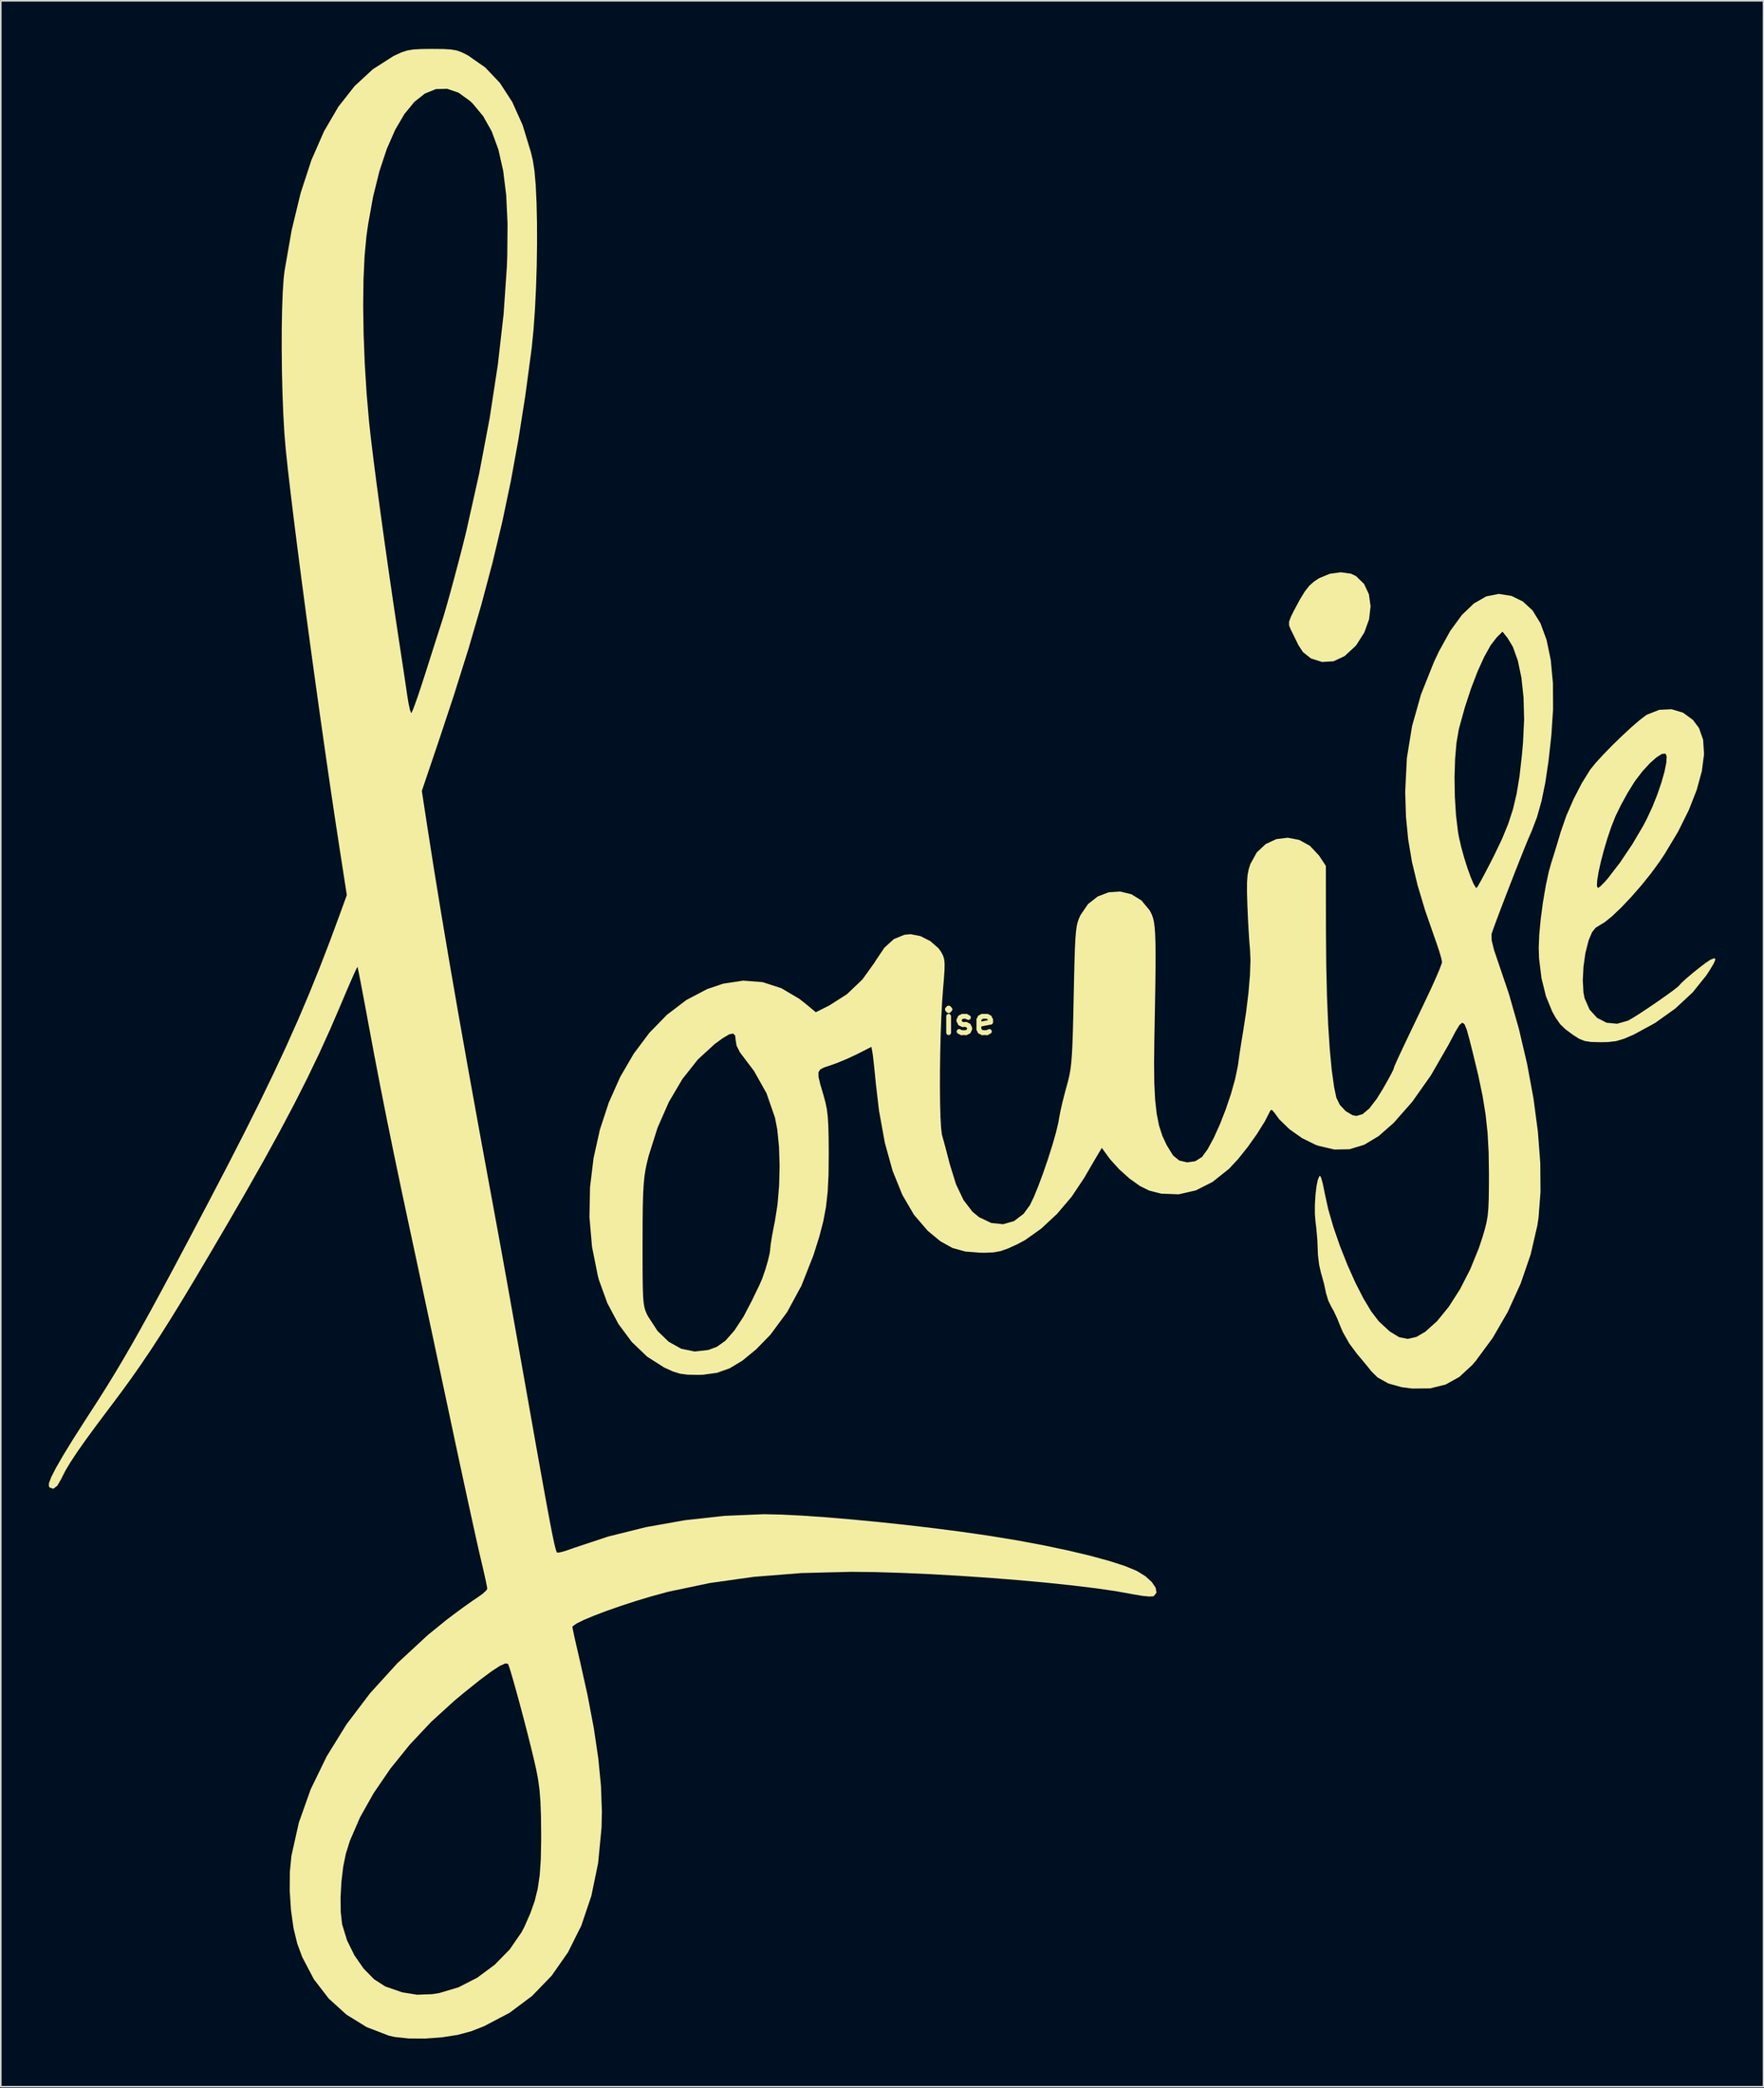
<source format=kicad_pcb>
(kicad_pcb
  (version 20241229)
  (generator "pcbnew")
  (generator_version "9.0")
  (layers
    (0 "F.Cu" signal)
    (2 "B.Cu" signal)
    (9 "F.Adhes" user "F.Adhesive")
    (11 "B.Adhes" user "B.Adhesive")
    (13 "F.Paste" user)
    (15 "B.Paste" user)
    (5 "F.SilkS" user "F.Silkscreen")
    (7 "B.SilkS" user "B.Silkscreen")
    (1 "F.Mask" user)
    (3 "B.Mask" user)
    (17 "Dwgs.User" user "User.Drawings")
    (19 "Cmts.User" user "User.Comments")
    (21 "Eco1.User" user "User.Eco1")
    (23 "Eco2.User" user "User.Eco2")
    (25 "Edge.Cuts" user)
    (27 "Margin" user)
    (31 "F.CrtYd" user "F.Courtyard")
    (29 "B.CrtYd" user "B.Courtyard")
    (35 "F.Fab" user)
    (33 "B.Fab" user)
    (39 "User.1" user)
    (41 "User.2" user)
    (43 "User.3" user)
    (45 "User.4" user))
  (footprint "louise"
    (layer "F.Cu")
    (at 55.615 60.63)
    (property "Reference" "louise" (at 0 0 0) (layer "F.SilkS") (effects (font (size 1.524 1.524) (thickness 0.3))))
    (attr board_only exclude_from_pos_files exclude_from_bom)
    (fp_poly (pts (xy 25.604 -27.918) (xy 25.916 -27.772) (xy 26.42 -27.282) (xy 26.724 -26.636) (xy 26.828 -25.884) (xy 26.734 -25.076) (xy 26.441 -24.261) (xy 25.951 -23.49) (xy 25.867 -23.389) (xy 25.21 -22.784) (xy 24.518 -22.459) (xy 23.8 -22.416) (xy 23.104 -22.638) (xy 22.606 -23.035) (xy 22.327 -23.463) (xy 22.101 -23.927) (xy 21.889 -24.357) (xy 21.848 -24.438) (xy 21.745 -24.688) (xy 21.742 -24.921) (xy 21.855 -25.23) (xy 22.031 -25.586) (xy 22.413 -26.3) (xy 22.723 -26.808) (xy 23.005 -27.167) (xy 23.303 -27.433) (xy 23.616 -27.638) (xy 24.28 -27.912) (xy 24.973 -28.007)) (stroke (width 0) (type solid)) (fill yes) (layer "F.SilkS"))
    (fp_poly (pts (xy 46.32 -19.255) (xy 46.937 -18.801) (xy 47.315 -18.294) (xy 47.571 -17.565) (xy 47.628 -16.664) (xy 47.492 -15.615) (xy 47.172 -14.445) (xy 46.675 -13.178) (xy 46.009 -11.84) (xy 45.18 -10.457) (xy 44.865 -9.984) (xy 44.331 -9.251) (xy 43.725 -8.498) (xy 43.089 -7.77) (xy 42.465 -7.112) (xy 41.895 -6.569) (xy 41.423 -6.188) (xy 41.195 -6.051) (xy 40.868 -5.852) (xy 40.643 -5.571) (xy 40.45 -5.115) (xy 40.418 -5.022) (xy 40.228 -4.273) (xy 40.107 -3.42) (xy 40.064 -2.566) (xy 40.105 -1.817) (xy 40.172 -1.465) (xy 40.485 -0.751) (xy 40.958 -0.23) (xy 41.546 0.073) (xy 42.206 0.137) (xy 42.89 -0.061) (xy 42.919 -0.076) (xy 43.23 -0.256) (xy 43.675 -0.538) (xy 44.2 -0.886) (xy 44.749 -1.261) (xy 45.268 -1.625) (xy 45.701 -1.94) (xy 45.994 -2.169) (xy 46.089 -2.264) (xy 46.23 -2.422) (xy 46.532 -2.696) (xy 46.929 -3.032) (xy 47.354 -3.372) (xy 47.737 -3.662) (xy 48.012 -3.846) (xy 48.038 -3.86) (xy 48.266 -3.949) (xy 48.337 -3.885) (xy 48.247 -3.647) (xy 47.99 -3.215) (xy 47.773 -2.883) (xy 46.917 -1.818) (xy 45.834 -0.813) (xy 44.579 0.084) (xy 43.24 0.813) (xy 42.633 1.073) (xy 42.138 1.219) (xy 41.621 1.279) (xy 41.159 1.287) (xy 40.577 1.271) (xy 40.172 1.208) (xy 39.834 1.071) (xy 39.464 0.836) (xy 38.98 0.479) (xy 38.649 0.157) (xy 38.374 -0.238) (xy 38.157 -0.626) (xy 37.768 -1.572) (xy 37.488 -2.704) (xy 37.337 -3.937) (xy 37.316 -4.592) (xy 37.349 -5.42) (xy 37.441 -6.398) (xy 37.579 -7.435) (xy 37.75 -8.442) (xy 37.752 -8.455) (xy 40.945 -8.455) (xy 41.008 -8.323) (xy 41.01 -8.323) (xy 41.158 -8.425) (xy 41.418 -8.687) (xy 41.634 -8.933) (xy 42.393 -9.921) (xy 43.152 -11.05) (xy 43.824 -12.188) (xy 44.058 -12.634) (xy 44.404 -13.379) (xy 44.713 -14.152) (xy 44.97 -14.903) (xy 45.163 -15.584) (xy 45.276 -16.145) (xy 45.296 -16.537) (xy 45.226 -16.704) (xy 45.002 -16.685) (xy 44.66 -16.47) (xy 44.243 -16.099) (xy 43.796 -15.612) (xy 43.363 -15.05) (xy 43.274 -14.921) (xy 42.864 -14.26) (xy 42.449 -13.508) (xy 42.113 -12.819) (xy 42.09 -12.766) (xy 41.842 -12.137) (xy 41.602 -11.428) (xy 41.382 -10.691) (xy 41.194 -9.976) (xy 41.05 -9.331) (xy 40.964 -8.808) (xy 40.945 -8.455) (xy 37.752 -8.455) (xy 37.939 -9.326) (xy 38.101 -9.902) (xy 38.24 -10.339) (xy 38.426 -10.945) (xy 38.626 -11.61) (xy 38.693 -11.839) (xy 39.033 -12.816) (xy 39.487 -13.86) (xy 39.999 -14.854) (xy 40.515 -15.684) (xy 40.528 -15.704) (xy 40.854 -16.108) (xy 41.328 -16.627) (xy 41.894 -17.207) (xy 42.499 -17.796) (xy 43.088 -18.341) (xy 43.607 -18.79) (xy 44.002 -19.089) (xy 44.071 -19.132) (xy 44.836 -19.433) (xy 45.602 -19.47)) (stroke (width 0) (type solid)) (fill yes) (layer "F.SilkS"))
    (fp_poly (pts (xy -31.018 -60.624) (xy -30.527 -60.595) (xy -30.162 -60.53) (xy -29.84 -60.412) (xy -29.482 -60.228) (xy -29.46 -60.216) (xy -28.402 -59.478) (xy -27.486 -58.515) (xy -26.709 -57.318) (xy -26.064 -55.879) (xy -25.548 -54.19) (xy -25.429 -53.69) (xy -25.327 -53.038) (xy -25.249 -52.147) (xy -25.197 -51.063) (xy -25.169 -49.834) (xy -25.165 -48.505) (xy -25.185 -47.124) (xy -25.229 -45.737) (xy -25.296 -44.391) (xy -25.385 -43.132) (xy -25.497 -42.008) (xy -25.519 -41.831) (xy -25.9 -39.004) (xy -26.322 -36.319) (xy -26.794 -33.725) (xy -27.33 -31.172) (xy -27.941 -28.611) (xy -28.639 -25.99) (xy -29.435 -23.261) (xy -30.343 -20.372) (xy -31.252 -17.629) (xy -32.352 -14.378) (xy -32.026 -12.248) (xy -31.616 -9.631) (xy -31.154 -6.8) (xy -30.639 -3.744) (xy -30.067 -0.45) (xy -29.438 3.092) (xy -28.749 6.895) (xy -28.197 9.902) (xy -28.003 10.949) (xy -27.828 11.9) (xy -27.665 12.786) (xy -27.509 13.64) (xy -27.353 14.494) (xy -27.194 15.378) (xy -27.023 16.324) (xy -26.837 17.365) (xy -26.629 18.532) (xy -26.393 19.857) (xy -26.125 21.371) (xy -25.817 23.106) (xy -25.487 24.969) (xy -25.175 26.727) (xy -24.907 28.222) (xy -24.681 29.474) (xy -24.492 30.502) (xy -24.337 31.326) (xy -24.211 31.967) (xy -24.111 32.444) (xy -24.033 32.777) (xy -23.973 32.985) (xy -23.927 33.089) (xy -23.917 33.101) (xy -23.755 33.092) (xy -23.399 32.996) (xy -22.923 32.832) (xy -22.861 32.808) (xy -20.715 32.097) (xy -18.384 31.518) (xy -15.947 31.084) (xy -13.48 30.811) (xy -11.062 30.71) (xy -10.953 30.71) (xy -9.919 30.732) (xy -8.648 30.796) (xy -7.189 30.897) (xy -5.589 31.031) (xy -3.896 31.192) (xy -2.157 31.377) (xy -0.419 31.581) (xy 1.27 31.799) (xy 2.862 32.027) (xy 3.16 32.073) (xy 4.856 32.353) (xy 6.473 32.656) (xy 7.98 32.974) (xy 9.34 33.298) (xy 10.52 33.62) (xy 11.486 33.931) (xy 12.205 34.225) (xy 12.264 34.254) (xy 12.788 34.579) (xy 13.183 34.941) (xy 13.421 35.295) (xy 13.474 35.599) (xy 13.313 35.806) (xy 13.265 35.827) (xy 13.024 35.841) (xy 12.589 35.798) (xy 12.046 35.707) (xy 11.938 35.686) (xy 10.915 35.502) (xy 9.649 35.32) (xy 8.183 35.143) (xy 6.559 34.973) (xy 4.82 34.815) (xy 3.011 34.672) (xy 1.174 34.548) (xy -0.647 34.445) (xy -2.41 34.367) (xy -4.071 34.317) (xy -5.587 34.3) (xy -5.597 34.3) (xy -8.691 34.378) (xy -11.631 34.612) (xy -14.387 34.998) (xy -16.929 35.531) (xy -17.149 35.587) (xy -18.081 35.843) (xy -19.034 36.13) (xy -19.967 36.434) (xy -20.84 36.74) (xy -21.613 37.034) (xy -22.247 37.299) (xy -22.702 37.523) (xy -22.937 37.69) (xy -22.96 37.739) (xy -22.929 37.92) (xy -22.843 38.323) (xy -22.715 38.889) (xy -22.558 39.561) (xy -22.541 39.634) (xy -22.022 41.953) (xy -21.625 44.043) (xy -21.345 45.933) (xy -21.178 47.651) (xy -21.121 49.228) (xy -21.142 50.24) (xy -21.356 52.458) (xy -21.777 54.497) (xy -22.403 56.349) (xy -23.23 58.01) (xy -24.253 59.474) (xy -25.471 60.735) (xy -26.878 61.787) (xy -28.47 62.624) (xy -29.28 62.941) (xy -30.12 63.166) (xy -31.11 63.319) (xy -32.155 63.395) (xy -33.164 63.389) (xy -34.041 63.296) (xy -34.401 63.216) (xy -35.798 62.679) (xy -37.058 61.9) (xy -38.161 60.9) (xy -39.085 59.699) (xy -39.811 58.319) (xy -40.124 57.473) (xy -40.356 56.515) (xy -40.515 55.381) (xy -40.566 54.598) (xy -37.422 54.598) (xy -37.411 55.499) (xy -37.33 56.231) (xy -37.32 56.285) (xy -37.021 57.264) (xy -36.564 58.197) (xy -35.988 59.027) (xy -35.336 59.693) (xy -34.65 60.136) (xy -34.584 60.165) (xy -33.574 60.513) (xy -32.65 60.662) (xy -31.704 60.627) (xy -31.267 60.558) (xy -30.063 60.199) (xy -28.891 59.597) (xy -27.809 58.795) (xy -26.87 57.837) (xy -26.13 56.764) (xy -25.941 56.397) (xy -25.582 55.582) (xy -25.313 54.82) (xy -25.123 54.049) (xy -24.999 53.204) (xy -24.932 52.222) (xy -24.909 51.039) (xy -24.909 50.585) (xy -24.922 49.501) (xy -24.954 48.635) (xy -25.009 47.917) (xy -25.094 47.277) (xy -25.213 46.645) (xy -25.22 46.613) (xy -25.361 45.993) (xy -25.544 45.238) (xy -25.756 44.393) (xy -25.985 43.508) (xy -26.218 42.631) (xy -26.442 41.808) (xy -26.644 41.089) (xy -26.811 40.52) (xy -26.931 40.15) (xy -26.978 40.038) (xy -27.143 40.009) (xy -27.491 40.167) (xy -28.025 40.516) (xy -28.752 41.059) (xy -29.675 41.798) (xy -30.311 42.325) (xy -31.761 43.644) (xy -33.104 45.071) (xy -34.311 46.566) (xy -35.354 48.089) (xy -36.206 49.602) (xy -36.838 51.064) (xy -37.093 51.876) (xy -37.258 52.687) (xy -37.369 53.628) (xy -37.422 54.598) (xy -40.566 54.598) (xy -40.593 54.176) (xy -40.584 53.002) (xy -40.488 52.009) (xy -40.024 49.935) (xy -39.288 47.863) (xy -38.292 45.813) (xy -37.05 43.805) (xy -35.575 41.861) (xy -33.88 39.999) (xy -31.98 38.241) (xy -30.834 37.311) (xy -30.243 36.864) (xy -29.657 36.435) (xy -29.16 36.085) (xy -28.932 35.935) (xy -28.565 35.675) (xy -28.324 35.452) (xy -28.27 35.353) (xy -28.302 35.158) (xy -28.389 34.742) (xy -28.519 34.165) (xy -28.678 33.484) (xy -28.701 33.387) (xy -28.818 32.882) (xy -28.986 32.132) (xy -29.197 31.173) (xy -29.445 30.043) (xy -29.719 28.777) (xy -30.014 27.411) (xy -30.32 25.982) (xy -30.63 24.526) (xy -30.633 24.511) (xy -30.969 22.931) (xy -31.321 21.276) (xy -31.678 19.599) (xy -32.03 17.953) (xy -32.363 16.393) (xy -32.667 14.97) (xy -32.931 13.74) (xy -33.077 13.059) (xy -33.612 10.555) (xy -34.091 8.267) (xy -34.527 6.133) (xy -34.933 4.089) (xy -35.322 2.073) (xy -35.705 0.021) (xy -35.735 -0.143) (xy -35.907 -1.067) (xy -36.062 -1.89) (xy -36.193 -2.574) (xy -36.293 -3.078) (xy -36.353 -3.362) (xy -36.367 -3.409) (xy -36.432 -3.296) (xy -36.588 -2.96) (xy -36.817 -2.441) (xy -37.101 -1.781) (xy -37.383 -1.114) (xy -38.053 0.443) (xy -38.753 1.984) (xy -39.504 3.545) (xy -40.323 5.162) (xy -41.23 6.873) (xy -42.244 8.715) (xy -43.384 10.724) (xy -44.53 12.7) (xy -45.557 14.448) (xy -46.463 15.977) (xy -47.269 17.316) (xy -47.994 18.496) (xy -48.658 19.548) (xy -49.28 20.503) (xy -49.88 21.391) (xy -50.477 22.242) (xy -51.092 23.088) (xy -51.744 23.959) (xy -51.776 24.001) (xy -52.629 25.136) (xy -53.318 26.076) (xy -53.862 26.849) (xy -54.281 27.484) (xy -54.592 28.007) (xy -54.816 28.447) (xy -54.838 28.497) (xy -55.09 28.934) (xy -55.337 29.124) (xy -55.557 29.052) (xy -55.615 28.976) (xy -55.613 28.777) (xy -55.468 28.395) (xy -55.174 27.821) (xy -54.728 27.046) (xy -54.123 26.06) (xy -53.354 24.856) (xy -53.066 24.412) (xy -52.525 23.574) (xy -52.009 22.757) (xy -51.504 21.935) (xy -50.994 21.079) (xy -50.463 20.164) (xy -49.897 19.162) (xy -49.279 18.045) (xy -48.596 16.787) (xy -47.83 15.361) (xy -46.968 13.738) (xy -45.994 11.893) (xy -45.777 11.48) (xy -44.555 9.143) (xy -43.464 7.016) (xy -42.487 5.063) (xy -41.607 3.248) (xy -40.807 1.535) (xy -40.071 -0.113) (xy -39.383 -1.732) (xy -38.725 -3.359) (xy -38.081 -5.028) (xy -37.513 -6.562) (xy -37.031 -7.886) (xy -37.45 -10.58) (xy -37.736 -12.445) (xy -38.035 -14.448) (xy -38.342 -16.556) (xy -38.653 -18.732) (xy -38.963 -20.942) (xy -39.267 -23.15) (xy -39.561 -25.321) (xy -39.84 -27.421) (xy -40.098 -29.414) (xy -40.332 -31.265) (xy -40.536 -32.94) (xy -40.706 -34.402) (xy -40.837 -35.617) (xy -40.841 -35.66) (xy -40.926 -36.675) (xy -40.993 -37.852) (xy -41.044 -39.14) (xy -41.078 -40.487) (xy -41.093 -41.842) (xy -41.091 -43.153) (xy -41.07 -44.369) (xy -41.061 -44.616) (xy -36.01 -44.616) (xy -35.984 -42.857) (xy -35.913 -41.029) (xy -35.799 -39.184) (xy -35.642 -37.375) (xy -35.532 -36.371) (xy -35.37 -35.044) (xy -35.169 -33.489) (xy -34.936 -31.76) (xy -34.68 -29.912) (xy -34.408 -28) (xy -34.128 -26.079) (xy -33.847 -24.203) (xy -33.723 -23.391) (xy -33.595 -22.553) (xy -33.466 -21.701) (xy -33.351 -20.932) (xy -33.265 -20.347) (xy -33.265 -20.342) (xy -33.178 -19.819) (xy -33.093 -19.429) (xy -33.023 -19.238) (xy -33.01 -19.229) (xy -32.94 -19.36) (xy -32.8 -19.722) (xy -32.604 -20.274) (xy -32.369 -20.975) (xy -32.108 -21.782) (xy -32.087 -21.848) (xy -31.82 -22.691) (xy -31.575 -23.46) (xy -31.369 -24.106) (xy -31.217 -24.577) (xy -31.136 -24.825) (xy -31.136 -24.826) (xy -30.999 -25.26) (xy -30.809 -25.911) (xy -30.583 -26.719) (xy -30.337 -27.623) (xy -30.087 -28.561) (xy -29.851 -29.472) (xy -29.644 -30.296) (xy -29.579 -30.566) (xy -28.779 -34.143) (xy -28.122 -37.613) (xy -27.611 -40.945) (xy -27.251 -44.108) (xy -27.048 -47.072) (xy -27.024 -47.715) (xy -27.006 -49.735) (xy -27.089 -51.505) (xy -27.279 -53.041) (xy -27.579 -54.364) (xy -27.993 -55.49) (xy -28.528 -56.44) (xy -29.186 -57.232) (xy -29.34 -57.38) (xy -30.06 -57.901) (xy -30.776 -58.146) (xy -31.48 -58.125) (xy -32.164 -57.848) (xy -32.82 -57.327) (xy -33.439 -56.571) (xy -34.014 -55.592) (xy -34.537 -54.399) (xy -35 -53.003) (xy -35.394 -51.415) (xy -35.711 -49.645) (xy -35.809 -48.941) (xy -35.924 -47.711) (xy -35.991 -46.251) (xy -36.01 -44.616) (xy -41.061 -44.616) (xy -41.03 -45.439) (xy -40.972 -46.31) (xy -40.918 -46.782) (xy -40.469 -49.349) (xy -39.91 -51.654) (xy -39.24 -53.7) (xy -38.456 -55.491) (xy -37.557 -57.029) (xy -36.541 -58.319) (xy -35.407 -59.364) (xy -34.152 -60.167) (xy -34.01 -60.239) (xy -33.617 -60.419) (xy -33.26 -60.534) (xy -32.856 -60.598) (xy -32.319 -60.625) (xy -31.714 -60.63)) (stroke (width 0) (type solid)) (fill yes) (layer "F.SilkS"))
    (fp_poly (pts (xy 35.614 -26.534) (xy 36.322 -26.188) (xy 36.93 -25.63) (xy 37.426 -24.824) (xy 37.806 -23.787) (xy 38.066 -22.538) (xy 38.202 -21.093) (xy 38.211 -19.471) (xy 38.105 -17.855) (xy 37.928 -16.252) (xy 37.726 -14.894) (xy 37.489 -13.74) (xy 37.209 -12.747) (xy 36.877 -11.875) (xy 36.797 -11.695) (xy 36.655 -11.368) (xy 36.44 -10.843) (xy 36.171 -10.17) (xy 35.867 -9.4) (xy 35.547 -8.581) (xy 35.23 -7.763) (xy 34.937 -6.997) (xy 34.686 -6.331) (xy 34.496 -5.816) (xy 34.387 -5.5) (xy 34.371 -5.448) (xy 34.379 -5.069) (xy 34.528 -4.462) (xy 34.726 -3.879) (xy 35.453 -1.737) (xy 36.077 0.447) (xy 36.59 2.634) (xy 36.988 4.785) (xy 37.264 6.86) (xy 37.413 8.819) (xy 37.427 10.623) (xy 37.303 12.234) (xy 37.233 12.7) (xy 36.813 14.515) (xy 36.188 16.334) (xy 35.387 18.092) (xy 34.444 19.72) (xy 33.388 21.152) (xy 33.156 21.42) (xy 32.367 22.149) (xy 31.506 22.627) (xy 30.539 22.866) (xy 29.43 22.876) (xy 28.779 22.794) (xy 27.941 22.561) (xy 27.26 22.182) (xy 26.871 21.794) (xy 26.693 21.568) (xy 26.389 21.199) (xy 26.022 20.764) (xy 25.979 20.713) (xy 25.49 20.052) (xy 25.091 19.346) (xy 24.95 19.015) (xy 24.74 18.494) (xy 24.523 18.032) (xy 24.383 17.79) (xy 24.191 17.4) (xy 24.047 16.923) (xy 24.034 16.857) (xy 23.921 16.336) (xy 23.767 15.775) (xy 23.735 15.673) (xy 23.618 15.16) (xy 23.544 14.546) (xy 23.532 14.238) (xy 23.507 13.623) (xy 23.447 12.918) (xy 23.393 12.485) (xy 23.353 11.987) (xy 23.354 11.407) (xy 23.39 10.813) (xy 23.453 10.274) (xy 23.538 9.858) (xy 23.636 9.635) (xy 23.676 9.615) (xy 23.747 9.745) (xy 23.842 10.089) (xy 23.943 10.576) (xy 23.957 10.655) (xy 24.183 11.685) (xy 24.51 12.814) (xy 24.916 13.988) (xy 25.377 15.153) (xy 25.871 16.258) (xy 26.375 17.247) (xy 26.868 18.068) (xy 27.325 18.667) (xy 27.371 18.716) (xy 28.027 19.32) (xy 28.605 19.672) (xy 29.145 19.782) (xy 29.688 19.657) (xy 30.234 19.338) (xy 30.974 18.676) (xy 31.707 17.776) (xy 32.406 16.684) (xy 33.041 15.448) (xy 33.584 14.115) (xy 33.815 13.418) (xy 33.956 12.938) (xy 34.059 12.522) (xy 34.13 12.109) (xy 34.174 11.64) (xy 34.198 11.053) (xy 34.208 10.29) (xy 34.21 9.471) (xy 34.191 8.139) (xy 34.125 6.941) (xy 34.002 5.795) (xy 33.811 4.62) (xy 33.541 3.334) (xy 33.213 1.981) (xy 32.995 1.114) (xy 32.829 0.512) (xy 32.689 0.167) (xy 32.548 0.068) (xy 32.378 0.207) (xy 32.152 0.572) (xy 31.843 1.155) (xy 31.693 1.44) (xy 30.587 3.357) (xy 29.427 4.999) (xy 28.27 6.314) (xy 27.337 7.135) (xy 26.426 7.681) (xy 25.511 7.959) (xy 24.565 7.976) (xy 23.563 7.74) (xy 23.384 7.675) (xy 22.553 7.265) (xy 21.773 6.715) (xy 21.13 6.092) (xy 20.82 5.668) (xy 20.662 5.497) (xy 20.577 5.547) (xy 20.231 6.222) (xy 19.739 7.009) (xy 19.163 7.82) (xy 18.565 8.569) (xy 18.006 9.168) (xy 17.994 9.181) (xy 16.974 9.994) (xy 15.929 10.524) (xy 14.86 10.768) (xy 13.769 10.727) (xy 13.013 10.534) (xy 12.442 10.251) (xy 11.796 9.79) (xy 11.153 9.216) (xy 10.591 8.595) (xy 10.46 8.422) (xy 10.063 7.875) (xy 9.864 8.207) (xy 9.705 8.474) (xy 9.447 8.915) (xy 9.131 9.456) (xy 8.958 9.754) (xy 8.18 10.918) (xy 7.271 11.987) (xy 6.285 12.905) (xy 5.275 13.621) (xy 4.801 13.876) (xy 4.206 14.147) (xy 3.75 14.308) (xy 3.318 14.387) (xy 2.795 14.41) (xy 2.511 14.409) (xy 1.551 14.336) (xy 0.743 14.111) (xy -0.002 13.699) (xy -0.772 13.062) (xy -0.805 13.031) (xy -1.653 12.045) (xy -2.379 10.805) (xy -2.985 9.309) (xy -3.471 7.556) (xy -3.837 5.544) (xy -4.03 3.89) (xy -4.098 3.198) (xy -4.162 2.586) (xy -4.216 2.125) (xy -4.248 1.901) (xy -4.311 1.577) (xy -5.205 2.032) (xy -5.811 2.316) (xy -6.459 2.584) (xy -6.888 2.736) (xy -7.265 2.86) (xy -7.502 2.984) (xy -7.612 3.162) (xy -7.608 3.449) (xy -7.501 3.902) (xy -7.303 4.574) (xy -7.298 4.592) (xy -7.179 5.027) (xy -7.092 5.447) (xy -7.034 5.912) (xy -6.997 6.481) (xy -6.978 7.213) (xy -6.971 8.169) (xy -6.971 8.251) (xy -6.983 9.528) (xy -7.036 10.6) (xy -7.142 11.551) (xy -7.314 12.463) (xy -7.563 13.418) (xy -7.903 14.498) (xy -7.925 14.566) (xy -8.672 16.46) (xy -9.567 18.111) (xy -10.613 19.525) (xy -11.504 20.436) (xy -12.358 21.137) (xy -13.149 21.613) (xy -13.945 21.896) (xy -14.816 22.015) (xy -15.142 22.024) (xy -15.78 22.011) (xy -16.259 21.947) (xy -16.705 21.806) (xy -17.242 21.56) (xy -18.295 20.89) (xy -19.253 19.975) (xy -20.09 18.85) (xy -20.782 17.549) (xy -21.305 16.107) (xy -21.371 15.866) (xy -21.737 14.038) (xy -21.753 13.848) (xy -18.584 13.848) (xy -18.583 15.005) (xy -18.579 15.913) (xy -18.568 16.609) (xy -18.549 17.13) (xy -18.518 17.513) (xy -18.472 17.796) (xy -18.409 18.017) (xy -18.327 18.213) (xy -18.248 18.368) (xy -17.655 19.281) (xy -16.956 19.958) (xy -16.179 20.391) (xy -15.348 20.566) (xy -14.488 20.473) (xy -13.954 20.277) (xy -13.418 19.896) (xy -12.855 19.258) (xy -12.283 18.387) (xy -11.748 17.364) (xy -11.538 16.925) (xy -11.359 16.557) (xy -11.304 16.446) (xy -11.121 16.022) (xy -10.931 15.475) (xy -10.764 14.91) (xy -10.652 14.431) (xy -10.623 14.193) (xy -10.592 13.891) (xy -10.513 13.393) (xy -10.399 12.786) (xy -10.334 12.471) (xy -10.166 11.415) (xy -10.066 10.227) (xy -10.035 8.993) (xy -10.073 7.798) (xy -10.181 6.726) (xy -10.322 5.994) (xy -10.855 4.462) (xy -11.63 3.083) (xy -12.116 2.441) (xy -12.512 1.916) (xy -12.719 1.505) (xy -12.772 1.185) (xy -12.807 0.878) (xy -12.931 0.746) (xy -13.177 0.795) (xy -13.575 1.03) (xy -14.083 1.399) (xy -15.14 2.368) (xy -16.099 3.582) (xy -16.941 5.009) (xy -17.649 6.617) (xy -18.205 8.377) (xy -18.316 8.825) (xy -18.4 9.224) (xy -18.464 9.643) (xy -18.512 10.126) (xy -18.546 10.714) (xy -18.568 11.451) (xy -18.579 12.38) (xy -18.583 13.543) (xy -18.584 13.848) (xy -21.753 13.848) (xy -21.897 12.186) (xy -21.861 10.336) (xy -21.641 8.512) (xy -21.247 6.741) (xy -20.691 5.049) (xy -19.983 3.46) (xy -19.134 2.001) (xy -18.156 0.698) (xy -17.06 -0.425) (xy -15.855 -1.342) (xy -14.554 -2.026) (xy -13.555 -2.363) (xy -12.303 -2.552) (xy -11.092 -2.457) (xy -9.926 -2.079) (xy -8.808 -1.419) (xy -8.446 -1.137) (xy -7.779 -0.582) (xy -6.937 -1.003) (xy -5.837 -1.705) (xy -4.869 -2.626) (xy -4.093 -3.709) (xy -4.04 -3.803) (xy -3.496 -4.61) (xy -2.905 -5.143) (xy -2.254 -5.41) (xy -1.866 -5.448) (xy -1.252 -5.329) (xy -0.634 -5.014) (xy -0.126 -4.571) (xy 0.045 -4.335) (xy 0.157 -4.12) (xy 0.227 -3.899) (xy 0.257 -3.613) (xy 0.25 -3.203) (xy 0.209 -2.608) (xy 0.161 -2.039) (xy 0.099 -1.192) (xy 0.049 -0.211) (xy 0.01 0.858) (xy -0.017 1.97) (xy -0.032 3.08) (xy -0.034 4.143) (xy -0.024 5.114) (xy -0.001 5.948) (xy 0.036 6.599) (xy 0.085 7.024) (xy 0.104 7.103) (xy 0.219 7.516) (xy 0.375 8.097) (xy 0.541 8.738) (xy 0.581 8.897) (xy 0.969 10.145) (xy 1.437 11.126) (xy 1.991 11.851) (xy 2.412 12.197) (xy 3.167 12.555) (xy 3.902 12.633) (xy 4.585 12.439) (xy 5.185 11.981) (xy 5.575 11.447) (xy 5.812 10.96) (xy 6.096 10.269) (xy 6.402 9.445) (xy 6.705 8.563) (xy 6.981 7.693) (xy 7.205 6.911) (xy 7.353 6.287) (xy 7.385 6.099) (xy 7.472 5.625) (xy 7.616 4.991) (xy 7.791 4.31) (xy 7.851 4.096) (xy 7.955 3.715) (xy 8.039 3.359) (xy 8.106 2.99) (xy 8.157 2.567) (xy 8.198 2.051) (xy 8.231 1.402) (xy 8.259 0.581) (xy 8.285 -0.453) (xy 8.309 -1.572) (xy 8.336 -2.814) (xy 8.361 -3.803) (xy 8.386 -4.576) (xy 8.416 -5.167) (xy 8.452 -5.61) (xy 8.497 -5.941) (xy 8.556 -6.196) (xy 8.629 -6.407) (xy 8.722 -6.612) (xy 8.738 -6.646) (xy 9.205 -7.327) (xy 9.807 -7.798) (xy 10.492 -8.058) (xy 11.209 -8.106) (xy 11.907 -7.937) (xy 12.534 -7.551) (xy 13.039 -6.944) (xy 13.099 -6.838) (xy 13.186 -6.659) (xy 13.257 -6.458) (xy 13.314 -6.211) (xy 13.358 -5.889) (xy 13.389 -5.469) (xy 13.408 -4.925) (xy 13.416 -4.229) (xy 13.413 -3.358) (xy 13.401 -2.284) (xy 13.379 -0.982) (xy 13.35 0.573) (xy 13.34 1.076) (xy 13.322 2.581) (xy 13.336 3.838) (xy 13.389 4.883) (xy 13.487 5.754) (xy 13.634 6.488) (xy 13.839 7.123) (xy 14.106 7.696) (xy 14.442 8.243) (xy 14.522 8.359) (xy 14.893 8.661) (xy 15.384 8.777) (xy 15.892 8.705) (xy 16.313 8.439) (xy 16.321 8.431) (xy 16.666 7.954) (xy 17.043 7.258) (xy 17.427 6.409) (xy 17.795 5.468) (xy 18.122 4.499) (xy 18.383 3.567) (xy 18.554 2.733) (xy 18.577 2.57) (xy 18.652 2.033) (xy 18.756 1.355) (xy 18.867 0.679) (xy 18.873 0.646) (xy 19.067 -0.614) (xy 19.212 -1.814) (xy 19.303 -2.899) (xy 19.335 -3.813) (xy 19.309 -4.449) (xy 19.266 -4.965) (xy 19.219 -5.673) (xy 19.176 -6.478) (xy 19.142 -7.256) (xy 19.118 -8.08) (xy 19.12 -8.685) (xy 19.155 -9.137) (xy 19.226 -9.502) (xy 19.33 -9.824) (xy 19.732 -10.549) (xy 20.288 -11.067) (xy 20.947 -11.373) (xy 21.659 -11.46) (xy 22.374 -11.324) (xy 23.039 -10.959) (xy 23.605 -10.358) (xy 23.642 -10.303) (xy 24.037 -9.706) (xy 24.043 -5.678) (xy 24.062 -3.54) (xy 24.108 -1.583) (xy 24.181 0.175) (xy 24.281 1.717) (xy 24.405 3.024) (xy 24.552 4.078) (xy 24.691 4.743) (xy 24.91 5.193) (xy 25.276 5.584) (xy 25.699 5.835) (xy 25.949 5.884) (xy 26.332 5.769) (xy 26.749 5.417) (xy 27.214 4.812) (xy 27.612 4.167) (xy 27.901 3.657) (xy 28.126 3.242) (xy 28.253 2.984) (xy 28.27 2.933) (xy 28.286 2.868) (xy 28.34 2.728) (xy 28.446 2.487) (xy 28.614 2.121) (xy 28.858 1.603) (xy 29.188 0.907) (xy 29.617 0.009) (xy 30.157 -1.118) (xy 30.263 -1.339) (xy 30.607 -2.07) (xy 30.901 -2.724) (xy 31.125 -3.251) (xy 31.257 -3.603) (xy 31.284 -3.715) (xy 31.236 -3.956) (xy 31.109 -4.388) (xy 30.927 -4.934) (xy 30.84 -5.175) (xy 30.23 -6.931) (xy 29.757 -8.506) (xy 29.408 -9.959) (xy 29.173 -11.355) (xy 29.037 -12.754) (xy 28.989 -14.218) (xy 28.989 -14.374) (xy 29.031 -15.218) (xy 32.064 -15.218) (xy 32.083 -14.037) (xy 32.153 -12.891) (xy 32.276 -11.86) (xy 32.343 -11.48) (xy 32.484 -10.868) (xy 32.665 -10.213) (xy 32.867 -9.575) (xy 33.069 -9.013) (xy 33.251 -8.585) (xy 33.392 -8.351) (xy 33.436 -8.325) (xy 33.522 -8.446) (xy 33.712 -8.781) (xy 33.983 -9.286) (xy 34.311 -9.92) (xy 34.54 -10.368) (xy 35.025 -11.38) (xy 35.408 -12.311) (xy 35.707 -13.228) (xy 35.937 -14.197) (xy 36.117 -15.283) (xy 36.262 -16.553) (xy 36.337 -17.39) (xy 36.405 -18.839) (xy 36.369 -20.2) (xy 36.237 -21.434) (xy 36.012 -22.502) (xy 35.701 -23.365) (xy 35.371 -23.911) (xy 35.056 -24.306) (xy 34.687 -23.938) (xy 34.315 -23.453) (xy 33.912 -22.73) (xy 33.498 -21.816) (xy 33.091 -20.754) (xy 32.709 -19.59) (xy 32.371 -18.37) (xy 32.324 -18.18) (xy 32.185 -17.369) (xy 32.098 -16.355) (xy 32.064 -15.218) (xy 29.031 -15.218) (xy 29.093 -16.436) (xy 29.417 -18.425) (xy 29.974 -20.397) (xy 30.777 -22.408) (xy 31.095 -23.081) (xy 31.795 -24.349) (xy 32.522 -25.344) (xy 33.27 -26.062) (xy 34.038 -26.501) (xy 34.82 -26.659)) (stroke (width 0) (type solid)) (fill yes) (layer "F.SilkS")))
  (gr_rect
    (start -3 -3)
    (end 106.952 127.025)
    (stroke (width 0.1) (type default))
    (fill no)
    (layer "Edge.Cuts")))
</source>
